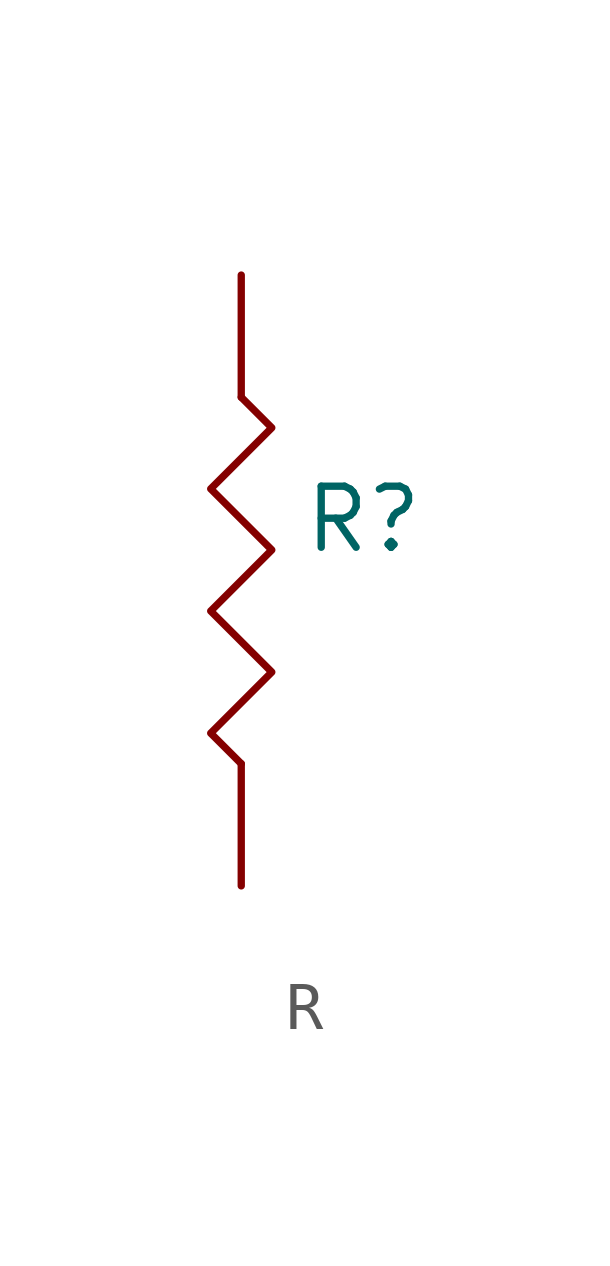
<source format=kicad_sym>
(kicad_symbol_lib
  (version 20220914)
  (generator kicad_symbol_editor)
  (symbol "R"
    (pin_numbers hide)
    (pin_names
      (offset 0) hide)
    (property "Reference" "R"
      (at 2.54 -5.08 0)
      (effects (font (size 1.27 1.27))))
    (symbol "R_0_1"
      (polyline (pts (xy 0 -2.54) (xy 0.635 -3.175) (xy -0.635 -4.445) (xy 0.635 -5.715) (xy -0.635 -6.985) (xy 0.635 -8.255) (xy -0.635 -9.525) (xy 0 -10.16)) (stroke (width 0) (type default)) (fill (type none))))
    (symbol "R_1_1"
      (pin passive line (at 0 0 270) (length 2.54) (name "1" (effects (font (size 1.27 1.27)))) (number "1" (effects (font (size 1.27 1.27)))))
      (pin passive line (at 0 -12.7 90) (length 2.54) (name "2" (effects (font (size 1.27 1.27)))) (number "2" (effects (font (size 1.27 1.27))))))))
</source>
